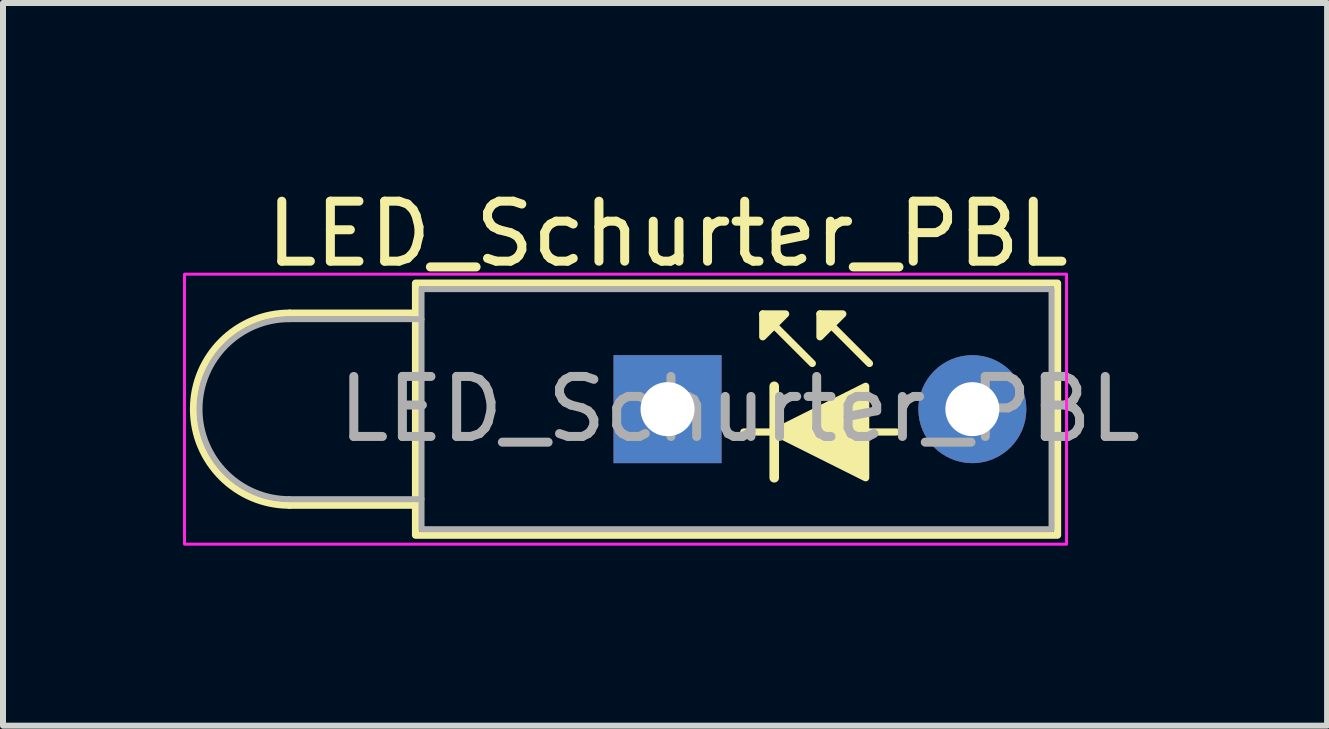
<source format=kicad_pcb>
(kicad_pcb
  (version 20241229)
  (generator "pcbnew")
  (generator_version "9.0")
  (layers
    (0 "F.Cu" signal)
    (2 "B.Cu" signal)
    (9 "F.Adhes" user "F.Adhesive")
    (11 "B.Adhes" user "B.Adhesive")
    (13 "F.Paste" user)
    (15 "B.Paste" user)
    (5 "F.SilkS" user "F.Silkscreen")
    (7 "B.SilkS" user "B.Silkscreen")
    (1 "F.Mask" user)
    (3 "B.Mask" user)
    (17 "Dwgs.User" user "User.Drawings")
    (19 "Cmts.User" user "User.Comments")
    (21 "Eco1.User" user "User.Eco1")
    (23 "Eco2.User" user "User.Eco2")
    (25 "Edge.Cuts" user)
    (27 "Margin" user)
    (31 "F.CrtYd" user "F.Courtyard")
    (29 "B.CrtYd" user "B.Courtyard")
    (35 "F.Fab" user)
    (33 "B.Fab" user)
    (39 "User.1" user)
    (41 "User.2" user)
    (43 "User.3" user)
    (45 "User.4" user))
  (footprint "LED_Schurter_PBL"
    (layer "F.Cu")
    (at 8.075 3.769)
    (property "Reference" "LED_Schurter_PBL" (at 0 -2.921 0) (layer "F.SilkS") (effects (font (size 1 1) (thickness 0.15))))
    (fp_line (start -6.3 -1.6) (end -4.2 -1.6) (stroke (width 0.12) (type default)) (layer "F.SilkS"))
    (fp_line (start -6.3 1.6) (end -4.2 1.6) (stroke (width 0.12) (type default)) (layer "F.SilkS"))
    (fp_line (start 1.27 0.381) (end 3.81 0.381) (stroke (width 0.12) (type default)) (layer "F.SilkS"))
    (fp_line (start 1.778 -0.381) (end 1.778 1.143) (stroke (width 0.16) (type default)) (layer "F.SilkS"))
    (fp_line (start 2.413 -0.762) (end 1.587 -1.587) (stroke (width 0.12) (type solid)) (layer "F.SilkS"))
    (fp_line (start 3.365 -0.762) (end 2.54 -1.587) (stroke (width 0.12) (type solid)) (layer "F.SilkS"))
    (fp_rect (start -4.2 -2.1) (end 6.5 2.1) (stroke (width 0.12) (type default)) (fill no) (layer "F.SilkS"))
    (fp_arc (start -6.3 1.6) (mid -7.9 0) (end -6.3 -1.6) (stroke (width 0.12) (type default)) (layer "F.SilkS"))
    (fp_poly (pts (xy 1.587 -1.206) (xy 1.968 -1.587) (xy 1.587 -1.587)) (stroke (width 0.12) (type solid)) (fill yes) (layer "F.SilkS"))
    (fp_poly (pts (xy 1.778 0.381) (xy 3.302 -0.381) (xy 3.302 1.143)) (stroke (width 0.12) (type solid)) (fill yes) (layer "F.SilkS"))
    (fp_poly (pts (xy 2.54 -1.206) (xy 2.921 -1.587) (xy 2.54 -1.587)) (stroke (width 0.12) (type solid)) (fill yes) (layer "F.SilkS"))
    (fp_rect (start -8.05 -2.25) (end 6.65 2.25) (stroke (width 0.05) (type default)) (fill no) (layer "F.CrtYd"))
    (fp_line (start -6.3 -1.5) (end -4.1 -1.5) (stroke (width 0.1) (type default)) (layer "F.Fab"))
    (fp_line (start -6.3 1.5) (end -4.1 1.5) (stroke (width 0.1) (type default)) (layer "F.Fab"))
    (fp_rect (start -4.1 -2) (end 6.4 2) (stroke (width 0.1) (type default)) (fill no) (layer "F.Fab"))
    (fp_arc (start -6.3 1.5) (mid -7.8 0) (end -6.3 -1.5) (stroke (width 0.1) (type default)) (layer "F.Fab"))
    (fp_text user "${REFERENCE}" (at 1.2 0 0) (layer "F.Fab") (effects (font (size 1 1) (thickness 0.15))))
    (pad "1" thru_hole rect (at 0 0) (size 1.8 1.8) (drill 0.9) (layers "*.Cu" "*.Mask"))
    (pad "2" thru_hole oval (at 5.08 0) (size 1.8 1.8) (drill 0.9) (layers "*.Cu" "*.Mask")))
  (gr_rect
    (start -3 -3)
    (end 19.067 9.044)
    (stroke (width 0.1) (type default))
    (fill no)
    (layer "Edge.Cuts")))
</source>
